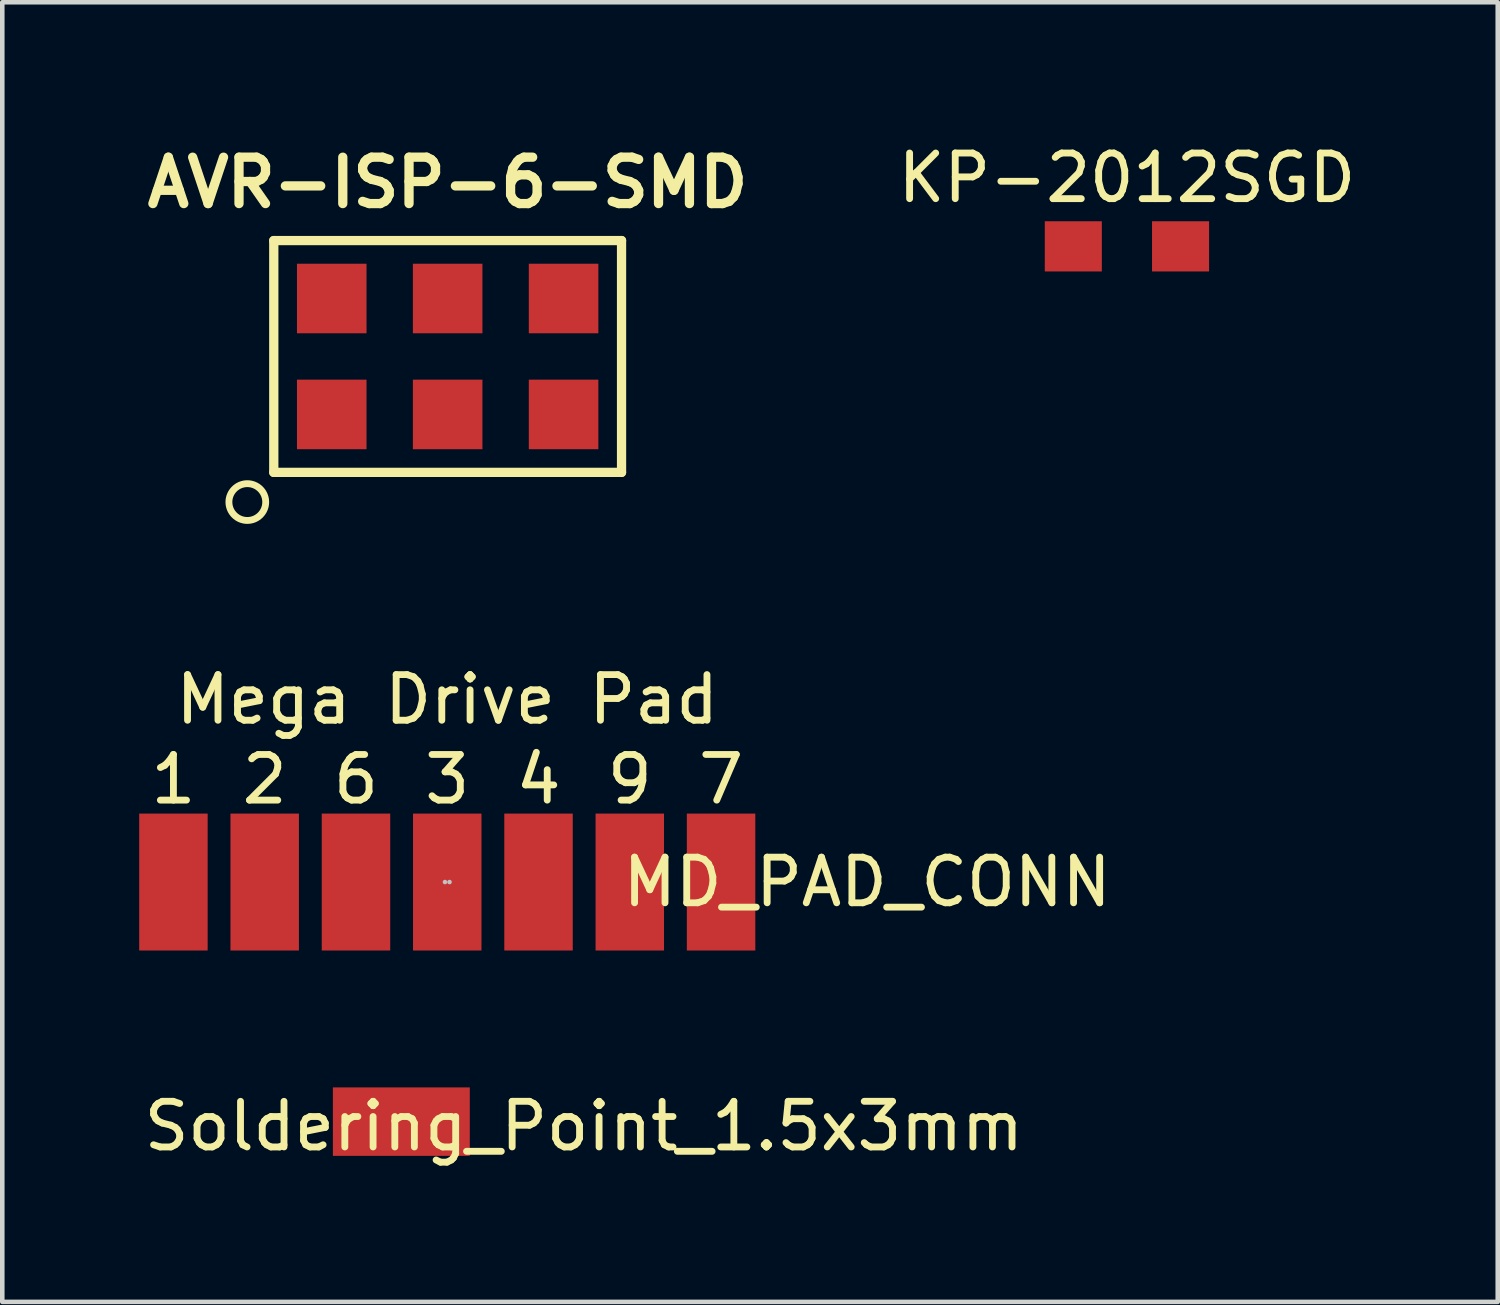
<source format=kicad_pcb>
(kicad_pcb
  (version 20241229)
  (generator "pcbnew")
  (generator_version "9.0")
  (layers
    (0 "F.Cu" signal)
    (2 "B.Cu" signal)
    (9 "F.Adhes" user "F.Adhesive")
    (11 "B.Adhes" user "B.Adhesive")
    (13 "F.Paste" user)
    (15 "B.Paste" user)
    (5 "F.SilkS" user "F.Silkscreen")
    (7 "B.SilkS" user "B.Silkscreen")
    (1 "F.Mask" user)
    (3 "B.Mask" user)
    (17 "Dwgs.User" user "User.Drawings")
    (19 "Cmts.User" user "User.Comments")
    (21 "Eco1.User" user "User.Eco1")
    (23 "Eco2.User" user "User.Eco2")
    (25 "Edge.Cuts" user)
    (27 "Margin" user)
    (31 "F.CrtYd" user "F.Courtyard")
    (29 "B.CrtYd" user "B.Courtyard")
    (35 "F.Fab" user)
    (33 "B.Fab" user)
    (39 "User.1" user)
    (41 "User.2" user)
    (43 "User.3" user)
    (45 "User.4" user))
  (footprint "Soldering_Point_1.5x3mm"
    (layer "F.Cu")
    (at 5.744 21.627)
    (property "Reference" "Soldering_Point_1.5x3mm" (at 4 0 0) (layer "F.SilkS") (effects (font (size 1 1) (thickness 0.15))))
    (attr through_hole)
    (pad "1" smd rect (at 0 -0.1 90) (size 1.5 3) (layers "F.Cu" "F.Mask" "F.Paste")))
  (footprint "KP-2012SGD"
    (layer "F.Cu")
    (at 21.643 2.348)
    (property "Reference" "KP-2012SGD" (at 0 -1.5 0) (layer "F.SilkS") (effects (font (size 1 1) (thickness 0.15))))
    (attr through_hole)
    (pad "1" smd rect (at -1.175 0) (size 1.25 1.1) (layers "F.Cu" "F.Mask" "F.Paste"))
    (pad "2" smd rect (at 1.175 0) (size 1.25 1.1) (layers "F.Cu" "F.Mask" "F.Paste")))
  (footprint "AVR-ISP-6-SMD"
    (layer "F.Cu")
    (at 6.759 4.761)
    (property "Reference" "AVR-ISP-6-SMD" (at 0 -3.81 0) (layer "F.SilkS") (effects (font (size 1.016 1.016) (thickness 0.203))))
    (attr through_hole)
    (fp_line (start -3.81 -2.54) (end 3.81 -2.54) (stroke (width 0.203) (type solid)) (layer "F.SilkS"))
    (fp_line (start -3.81 2.54) (end -3.81 -2.54) (stroke (width 0.203) (type solid)) (layer "F.SilkS"))
    (fp_line (start 3.81 -2.54) (end 3.81 2.54) (stroke (width 0.203) (type solid)) (layer "F.SilkS"))
    (fp_line (start 3.81 2.54) (end -3.81 2.54) (stroke (width 0.203) (type solid)) (layer "F.SilkS"))
    (fp_circle (center -4.39 3.19) (end -4.11 3.48) (stroke (width 0.15) (type solid)) (fill no) (layer "F.SilkS"))
    (pad "1" smd rect (at -2.54 1.27) (size 1.524 1.524) (layers "F.Cu" "F.Mask" "F.Paste"))
    (pad "2" smd rect (at -2.54 -1.27) (size 1.524 1.524) (layers "F.Cu" "F.Mask" "F.Paste"))
    (pad "3" smd rect (at 0 1.27) (size 1.524 1.524) (layers "F.Cu" "F.Mask" "F.Paste"))
    (pad "4" smd rect (at 0 -1.27) (size 1.524 1.524) (layers "F.Cu" "F.Mask" "F.Paste"))
    (pad "5" smd rect (at 2.54 1.27) (size 1.524 1.524) (layers "F.Cu" "F.Mask" "F.Paste"))
    (pad "6" smd rect (at 2.54 -1.27) (size 1.524 1.524) (layers "F.Cu" "F.Mask" "F.Paste")))
  (footprint "MD_PAD_CONN"
    (layer "F.Cu")
    (at 6.75 16.277)
    (property "Reference" "MD_PAD_CONN" (at 9.2 0 0) (layer "F.SilkS") (effects (font (size 1 1) (thickness 0.15))))
    (attr through_hole)
    (fp_text user "Mega Drive Pad" (at 0 -4 0) (layer "F.SilkS") (effects (font (size 1 1) (thickness 0.15))))
    (fp_text user "7" (at 6 -2.25 0) (layer "F.SilkS") (effects (font (size 1 1) (thickness 0.15))))
    (fp_text user "3" (at 0 -2.25 0) (layer "F.SilkS") (effects (font (size 1 1) (thickness 0.15))))
    (fp_text user "9" (at 4 -2.25 0) (layer "F.SilkS") (effects (font (size 1 1) (thickness 0.15))))
    (fp_text user "4" (at 2 -2.25 0) (layer "F.SilkS") (effects (font (size 1 1) (thickness 0.15))))
    (fp_text user "2" (at -4 -2.25 0) (layer "F.SilkS") (effects (font (size 1 1) (thickness 0.15))))
    (fp_text user "1" (at -6 -2.25 0) (layer "F.SilkS") (effects (font (size 1 1) (thickness 0.15))))
    (fp_text user "6" (at -2 -2.25 0) (layer "F.SilkS") (effects (font (size 1 1) (thickness 0.15))))
    (pad "" smd circle (at -0.05 0) (size 0.1 0.1) (layers "Dwgs.User"))
    (pad "" smd circle (at 0.05 0) (size 0.1 0.1) (layers "Dwgs.User"))
    (pad "1" smd rect (at -6 0) (size 1.5 3) (layers "F.Cu" "F.Mask" "F.Paste"))
    (pad "2" smd rect (at -4 0) (size 1.5 3) (layers "F.Cu" "F.Mask" "F.Paste"))
    (pad "3" smd rect (at 0 0) (size 1.5 3) (layers "F.Cu" "F.Mask" "F.Paste"))
    (pad "4" smd rect (at 2 0) (size 1.5 3) (layers "F.Cu" "F.Mask" "F.Paste"))
    (pad "6" smd rect (at -2 0) (size 1.5 3) (layers "F.Cu" "F.Mask" "F.Paste"))
    (pad "7" smd rect (at 6 0) (size 1.5 3) (layers "F.Cu" "F.Mask" "F.Paste"))
    (pad "9" smd rect (at 4 0) (size 1.5 3) (layers "F.Cu" "F.Mask" "F.Paste")))
  (gr_rect
    (start -3 -3)
    (end 29.768 25.476)
    (stroke (width 0.1) (type default))
    (fill no)
    (layer "Edge.Cuts")))
</source>
